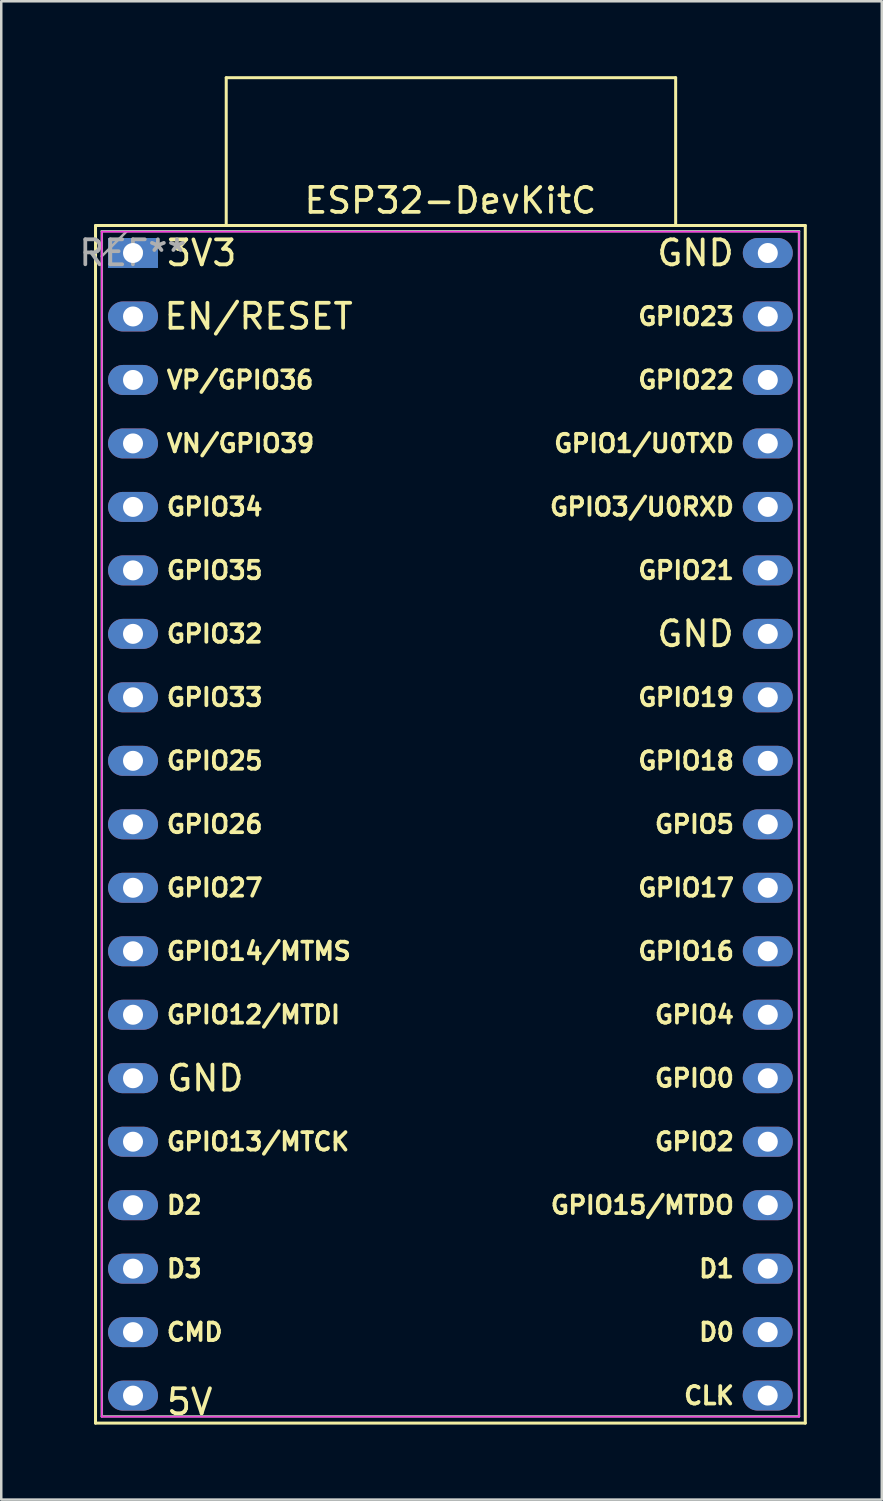
<source format=kicad_pcb>
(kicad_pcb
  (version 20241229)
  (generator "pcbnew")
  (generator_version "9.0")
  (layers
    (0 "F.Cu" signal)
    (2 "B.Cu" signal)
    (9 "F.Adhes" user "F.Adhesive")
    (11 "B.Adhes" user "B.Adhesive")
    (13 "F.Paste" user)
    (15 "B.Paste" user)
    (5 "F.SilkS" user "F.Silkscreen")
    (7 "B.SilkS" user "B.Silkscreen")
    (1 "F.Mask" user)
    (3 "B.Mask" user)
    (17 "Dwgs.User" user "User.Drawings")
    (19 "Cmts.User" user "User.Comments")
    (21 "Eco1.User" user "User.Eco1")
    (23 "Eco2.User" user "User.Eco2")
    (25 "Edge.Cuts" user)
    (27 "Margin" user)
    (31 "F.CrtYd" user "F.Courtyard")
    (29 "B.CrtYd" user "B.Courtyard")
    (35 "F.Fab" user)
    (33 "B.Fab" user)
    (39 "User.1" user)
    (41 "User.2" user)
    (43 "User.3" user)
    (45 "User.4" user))
  (footprint "ESP32-DevKitC"
    (layer "F.Cu")
    (at 2.272 7.073)
    (property "Reference" "ESP32-DevKitC" (at 12.7 -2.1 0) (layer "F.SilkS") (effects (font (size 1 1) (thickness 0.15))))
    (attr through_hole)
    (fp_line (start -1.5 46.82) (end 26.9 46.82) (stroke (width 0.12) (type solid)) (layer "F.SilkS"))
    (fp_line (start -1.5 -1.1) (end -1.5 46.82) (stroke (width 0.12) (type solid)) (layer "F.SilkS"))
    (fp_line (start 3.73 -7.013) (end 21.713 -7.013) (stroke (width 0.12) (type solid)) (layer "F.SilkS"))
    (fp_line (start 3.73 -1.12) (end 3.73 -7.013) (stroke (width 0.12) (type solid)) (layer "F.SilkS"))
    (fp_line (start 21.713 -7.013) (end 21.713 -1.12) (stroke (width 0.12) (type solid)) (layer "F.SilkS"))
    (fp_line (start 26.9 46.82) (end 26.9 -1.1) (stroke (width 0.12) (type solid)) (layer "F.SilkS"))
    (fp_line (start 26.9 -1.1) (end -1.5 -1.1) (stroke (width 0.12) (type solid)) (layer "F.SilkS"))
    (fp_line (start -1.25 -0.85) (end 26.65 -0.85) (stroke (width 0.05) (type solid)) (layer "F.CrtYd"))
    (fp_line (start -1.25 46.57) (end -1.25 -0.85) (stroke (width 0.05) (type solid)) (layer "F.CrtYd"))
    (fp_line (start 26.65 -0.85) (end 26.65 46.57) (stroke (width 0.05) (type solid)) (layer "F.CrtYd"))
    (fp_line (start 26.65 46.57) (end -1.25 46.57) (stroke (width 0.05) (type solid)) (layer "F.CrtYd"))
    (fp_line (start -1.25 -0.87) (end 26.65 -0.87) (stroke (width 0.1) (type solid)) (layer "F.Fab"))
    (fp_line (start -1.25 46.55) (end -1.25 -0.87) (stroke (width 0.1) (type solid)) (layer "F.Fab"))
    (fp_line (start -0.25 -0.87) (end -1.25 0.13) (stroke (width 0.1) (type solid)) (layer "F.Fab"))
    (fp_line (start 26.65 -0.87) (end 26.65 46.55) (stroke (width 0.1) (type solid)) (layer "F.Fab"))
    (fp_line (start 26.65 46.55) (end -1.25 46.55) (stroke (width 0.1) (type solid)) (layer "F.Fab"))
    (fp_text user "GPIO1/U0TXD" (at 24.13 7.62 0) (unlocked yes) (layer "F.SilkS") (effects (font (size 0.7 0.7) (thickness 0.15)) (justify right)))
    (fp_text user "VP/GPIO36" (at 1.27 5.08 0) (unlocked yes) (layer "F.SilkS") (effects (font (size 0.7 0.7) (thickness 0.15)) (justify left)))
    (fp_text user "GPIO12/MTDI" (at 1.27 30.48 0) (unlocked yes) (layer "F.SilkS") (effects (font (size 0.7 0.7) (thickness 0.15)) (justify left)))
    (fp_text user "D3" (at 1.27 40.64 0) (unlocked yes) (layer "F.SilkS") (effects (font (size 0.7 0.7) (thickness 0.15)) (justify left)))
    (fp_text user "GPIO3/U0RXD" (at 24.13 10.16 0) (unlocked yes) (layer "F.SilkS") (effects (font (size 0.7 0.7) (thickness 0.15)) (justify right)))
    (fp_text user "GPIO14/MTMS" (at 1.27 27.94 0) (unlocked yes) (layer "F.SilkS") (effects (font (size 0.7 0.7) (thickness 0.15)) (justify left)))
    (fp_text user "GPIO27" (at 1.27 25.4 0) (unlocked yes) (layer "F.SilkS") (effects (font (size 0.7 0.7) (thickness 0.15)) (justify left)))
    (fp_text user "GPIO18" (at 24.13 20.32 0) (unlocked yes) (layer "F.SilkS") (effects (font (size 0.7 0.7) (thickness 0.15)) (justify right)))
    (fp_text user "GPIO19" (at 24.13 17.78 0) (unlocked yes) (layer "F.SilkS") (effects (font (size 0.7 0.7) (thickness 0.15)) (justify right)))
    (fp_text user "GND" (at 1.27 33.02 0) (unlocked yes) (layer "F.SilkS") (effects (font (size 1 1) (thickness 0.15)) (justify left)))
    (fp_text user "D2" (at 1.27 38.1 0) (unlocked yes) (layer "F.SilkS") (effects (font (size 0.7 0.7) (thickness 0.15)) (justify left)))
    (fp_text user "GPIO22" (at 24.13 5.08 0) (unlocked yes) (layer "F.SilkS") (effects (font (size 0.7 0.7) (thickness 0.15)) (justify right)))
    (fp_text user "GPIO26" (at 1.27 22.86 0) (unlocked yes) (layer "F.SilkS") (effects (font (size 0.7 0.7) (thickness 0.15)) (justify left)))
    (fp_text user "GPIO17" (at 24.13 25.4 0) (unlocked yes) (layer "F.SilkS") (effects (font (size 0.7 0.7) (thickness 0.15)) (justify right)))
    (fp_text user "3V3" (at 1.27 0 0) (unlocked yes) (layer "F.SilkS") (effects (font (size 1 1) (thickness 0.15)) (justify left)))
    (fp_text user "GPIO16" (at 24.13 27.94 0) (unlocked yes) (layer "F.SilkS") (effects (font (size 0.7 0.7) (thickness 0.15)) (justify right)))
    (fp_text user "GPIO21" (at 24.13 12.7 0) (unlocked yes) (layer "F.SilkS") (effects (font (size 0.7 0.7) (thickness 0.15)) (justify right)))
    (fp_text user "GPIO34" (at 1.27 10.16 0) (unlocked yes) (layer "F.SilkS") (effects (font (size 0.7 0.7) (thickness 0.15)) (justify left)))
    (fp_text user "GPIO4" (at 24.13 30.48 0) (unlocked yes) (layer "F.SilkS") (effects (font (size 0.7 0.7) (thickness 0.15)) (justify right)))
    (fp_text user "EN/RESET" (at 8.886 2.537 0) (unlocked yes) (layer "F.SilkS") (effects (font (size 1 1) (thickness 0.15)) (justify right)))
    (fp_text user "GPIO35" (at 1.27 12.7 0) (unlocked yes) (layer "F.SilkS") (effects (font (size 0.7 0.7) (thickness 0.15)) (justify left)))
    (fp_text user "5V" (at 1.266 45.971 0) (unlocked yes) (layer "F.SilkS") (effects (font (size 1 1) (thickness 0.15)) (justify left)))
    (fp_text user "GPIO25" (at 1.27 20.32 0) (unlocked yes) (layer "F.SilkS") (effects (font (size 0.7 0.7) (thickness 0.15)) (justify left)))
    (fp_text user "GPIO0" (at 24.13 33.02 0) (unlocked yes) (layer "F.SilkS") (effects (font (size 0.7 0.7) (thickness 0.15)) (justify right)))
    (fp_text user "GPIO15/MTDO" (at 24.13 38.1 0) (unlocked yes) (layer "F.SilkS") (effects (font (size 0.7 0.7) (thickness 0.15)) (justify right)))
    (fp_text user "GPIO2" (at 24.13 35.56 0) (unlocked yes) (layer "F.SilkS") (effects (font (size 0.7 0.7) (thickness 0.15)) (justify right)))
    (fp_text user "GPIO13/MTCK" (at 1.27 35.56 0) (unlocked yes) (layer "F.SilkS") (effects (font (size 0.7 0.7) (thickness 0.15)) (justify left)))
    (fp_text user "D0" (at 24.13 43.18 0) (unlocked yes) (layer "F.SilkS") (effects (font (size 0.7 0.7) (thickness 0.15)) (justify right)))
    (fp_text user "GND" (at 24.13 15.24 0) (unlocked yes) (layer "F.SilkS") (effects (font (size 1 1) (thickness 0.15)) (justify right)))
    (fp_text user "CMD" (at 1.27 43.18 0) (unlocked yes) (layer "F.SilkS") (effects (font (size 0.7 0.7) (thickness 0.15)) (justify left)))
    (fp_text user "GND" (at 24.13 0 0) (unlocked yes) (layer "F.SilkS") (effects (font (size 1 1) (thickness 0.15)) (justify right)))
    (fp_text user "GPIO33" (at 1.27 17.78 0) (unlocked yes) (layer "F.SilkS") (effects (font (size 0.7 0.7) (thickness 0.15)) (justify left)))
    (fp_text user "CLK" (at 24.13 45.72 0) (unlocked yes) (layer "F.SilkS") (effects (font (size 0.7 0.7) (thickness 0.15)) (justify right)))
    (fp_text user "D1" (at 24.13 40.64 0) (unlocked yes) (layer "F.SilkS") (effects (font (size 0.7 0.7) (thickness 0.15)) (justify right)))
    (fp_text user "VN/GPIO39" (at 1.27 7.62 0) (unlocked yes) (layer "F.SilkS") (effects (font (size 0.7 0.7) (thickness 0.15)) (justify left)))
    (fp_text user "GPIO5" (at 24.13 22.86 0) (unlocked yes) (layer "F.SilkS") (effects (font (size 0.7 0.7) (thickness 0.15)) (justify right)))
    (fp_text user "GPIO32" (at 1.27 15.24 0) (unlocked yes) (layer "F.SilkS") (effects (font (size 0.7 0.7) (thickness 0.15)) (justify left)))
    (fp_text user "GPIO23" (at 24.13 2.54 0) (unlocked yes) (layer "F.SilkS") (effects (font (size 0.7 0.7) (thickness 0.15)) (justify right)))
    (fp_text user "REF**" (at -0.004 -0.003 0) (layer "F.Fab") (effects (font (size 1 1) (thickness 0.15))))
    (pad "1" thru_hole rect (at 0 0 270) (size 1.2 2) (drill 0.8) (layers "*.Cu" "*.Mask"))
    (pad "2" thru_hole oval (at 0 2.54 270) (size 1.2 2) (drill 0.8) (layers "*.Cu" "*.Mask"))
    (pad "3" thru_hole oval (at 0 5.08 270) (size 1.2 2) (drill 0.8) (layers "*.Cu" "*.Mask"))
    (pad "4" thru_hole oval (at 0 7.62 270) (size 1.2 2) (drill 0.8) (layers "*.Cu" "*.Mask"))
    (pad "5" thru_hole oval (at 0 10.16 270) (size 1.2 2) (drill 0.8) (layers "*.Cu" "*.Mask"))
    (pad "6" thru_hole oval (at 0 12.7 270) (size 1.2 2) (drill 0.8) (layers "*.Cu" "*.Mask"))
    (pad "7" thru_hole oval (at 0 15.24 270) (size 1.2 2) (drill 0.8) (layers "*.Cu" "*.Mask"))
    (pad "8" thru_hole oval (at 0 17.78 270) (size 1.2 2) (drill 0.8) (layers "*.Cu" "*.Mask"))
    (pad "9" thru_hole oval (at 0 20.32 270) (size 1.2 2) (drill 0.8) (layers "*.Cu" "*.Mask"))
    (pad "10" thru_hole oval (at 0 22.86 270) (size 1.2 2) (drill 0.8) (layers "*.Cu" "*.Mask"))
    (pad "11" thru_hole oval (at 0 25.4 270) (size 1.2 2) (drill 0.8) (layers "*.Cu" "*.Mask"))
    (pad "12" thru_hole oval (at 0 27.94 270) (size 1.2 2) (drill 0.8) (layers "*.Cu" "*.Mask"))
    (pad "13" thru_hole oval (at 0 30.48 270) (size 1.2 2) (drill 0.8) (layers "*.Cu" "*.Mask"))
    (pad "14" thru_hole oval (at 0 33.02 270) (size 1.2 2) (drill 0.8) (layers "*.Cu" "*.Mask"))
    (pad "15" thru_hole oval (at 0 35.56 270) (size 1.2 2) (drill 0.8) (layers "*.Cu" "*.Mask"))
    (pad "16" thru_hole oval (at 0 38.1 270) (size 1.2 2) (drill 0.8) (layers "*.Cu" "*.Mask"))
    (pad "17" thru_hole oval (at 0 40.64 270) (size 1.2 2) (drill 0.8) (layers "*.Cu" "*.Mask"))
    (pad "18" thru_hole oval (at 0 43.18 270) (size 1.2 2) (drill 0.8) (layers "*.Cu" "*.Mask"))
    (pad "19" thru_hole oval (at 0 45.72 270) (size 1.2 2) (drill 0.8) (layers "*.Cu" "*.Mask"))
    (pad "20" thru_hole oval (at 25.396 45.717 270) (size 1.2 2) (drill 0.8) (layers "*.Cu" "*.Mask"))
    (pad "21" thru_hole oval (at 25.396 43.177 270) (size 1.2 2) (drill 0.8) (layers "*.Cu" "*.Mask"))
    (pad "22" thru_hole oval (at 25.4 40.64 270) (size 1.2 2) (drill 0.8) (layers "*.Cu" "*.Mask"))
    (pad "23" thru_hole oval (at 25.4 38.1 270) (size 1.2 2) (drill 0.8) (layers "*.Cu" "*.Mask"))
    (pad "24" thru_hole oval (at 25.4 35.56 270) (size 1.2 2) (drill 0.8) (layers "*.Cu" "*.Mask"))
    (pad "25" thru_hole oval (at 25.4 33.02 270) (size 1.2 2) (drill 0.8) (layers "*.Cu" "*.Mask"))
    (pad "26" thru_hole oval (at 25.4 30.48 270) (size 1.2 2) (drill 0.8) (layers "*.Cu" "*.Mask"))
    (pad "27" thru_hole oval (at 25.4 27.94 270) (size 1.2 2) (drill 0.8) (layers "*.Cu" "*.Mask"))
    (pad "28" thru_hole oval (at 25.4 25.4 270) (size 1.2 2) (drill 0.8) (layers "*.Cu" "*.Mask"))
    (pad "29" thru_hole oval (at 25.4 22.86 270) (size 1.2 2) (drill 0.8) (layers "*.Cu" "*.Mask"))
    (pad "30" thru_hole oval (at 25.4 20.32 270) (size 1.2 2) (drill 0.8) (layers "*.Cu" "*.Mask"))
    (pad "31" thru_hole oval (at 25.4 17.78 270) (size 1.2 2) (drill 0.8) (layers "*.Cu" "*.Mask"))
    (pad "32" thru_hole oval (at 25.4 15.24 270) (size 1.2 2) (drill 0.8) (layers "*.Cu" "*.Mask"))
    (pad "33" thru_hole oval (at 25.4 12.7 270) (size 1.2 2) (drill 0.8) (layers "*.Cu" "*.Mask"))
    (pad "34" thru_hole oval (at 25.4 10.16 270) (size 1.2 2) (drill 0.8) (layers "*.Cu" "*.Mask"))
    (pad "35" thru_hole oval (at 25.4 7.62 270) (size 1.2 2) (drill 0.8) (layers "*.Cu" "*.Mask"))
    (pad "36" thru_hole oval (at 25.4 5.08 270) (size 1.2 2) (drill 0.8) (layers "*.Cu" "*.Mask"))
    (pad "37" thru_hole oval (at 25.4 2.54 270) (size 1.2 2) (drill 0.8) (layers "*.Cu" "*.Mask"))
    (pad "38" thru_hole oval (at 25.4 0 270) (size 1.2 2) (drill 0.8) (layers "*.Cu" "*.Mask")))
  (gr_rect
    (start -3 -3)
    (end 32.232 56.953)
    (stroke (width 0.1) (type default))
    (fill no)
    (layer "Edge.Cuts")))
</source>
